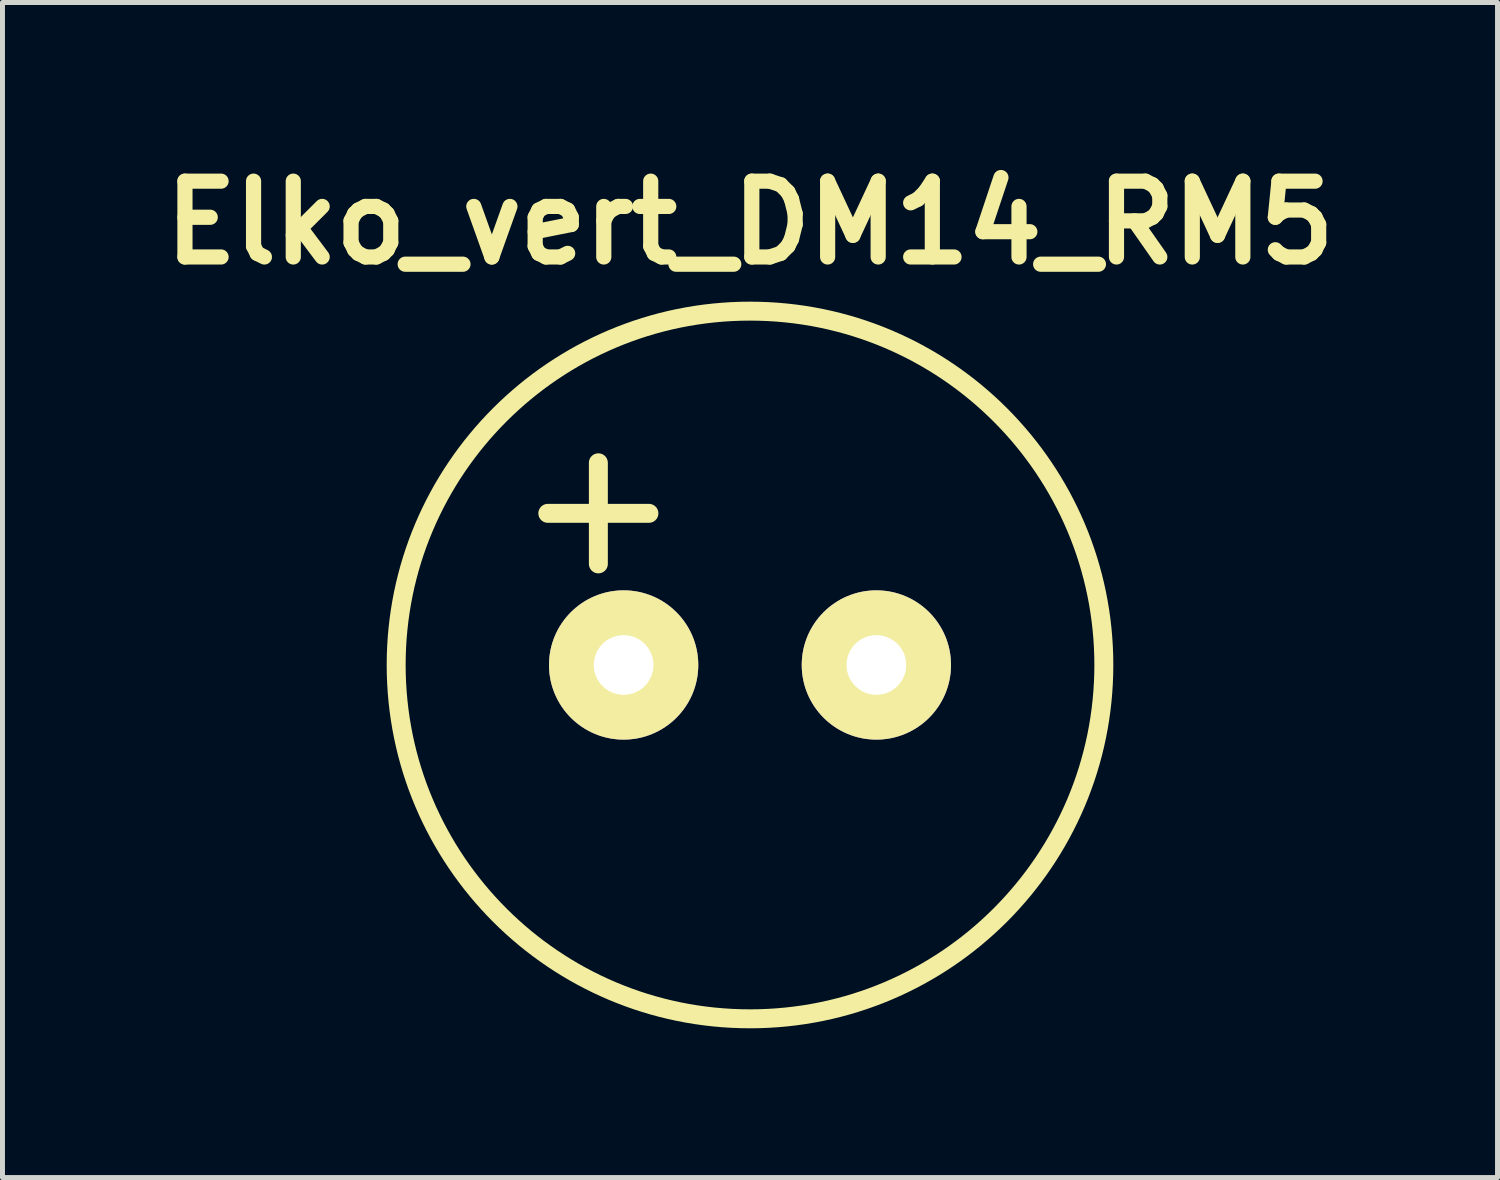
<source format=kicad_pcb>
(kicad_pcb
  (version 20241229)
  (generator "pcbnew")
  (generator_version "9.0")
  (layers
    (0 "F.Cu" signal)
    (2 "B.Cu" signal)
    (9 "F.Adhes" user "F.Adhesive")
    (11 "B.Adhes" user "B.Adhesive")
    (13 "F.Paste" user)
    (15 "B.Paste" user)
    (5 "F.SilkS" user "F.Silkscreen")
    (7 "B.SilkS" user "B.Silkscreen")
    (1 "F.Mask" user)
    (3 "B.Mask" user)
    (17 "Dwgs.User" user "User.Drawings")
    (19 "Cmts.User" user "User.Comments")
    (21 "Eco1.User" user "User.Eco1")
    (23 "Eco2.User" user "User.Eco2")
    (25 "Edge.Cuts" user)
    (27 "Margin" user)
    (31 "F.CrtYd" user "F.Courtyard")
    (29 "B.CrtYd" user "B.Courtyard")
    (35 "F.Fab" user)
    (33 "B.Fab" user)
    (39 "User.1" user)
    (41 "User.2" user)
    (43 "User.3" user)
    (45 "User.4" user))
  (footprint "Elko_vert_DM14_RM5"
    (placed yes)
    (layer "F.Cu")
    (at 12.025 10.316)
    (property "Reference" "Elko_vert_DM14_RM5" (at 0 -8.89 0) (layer "F.SilkS") (effects (font (size 1.524 1.524) (thickness 0.305))))
    (attr through_hole)
    (fp_line (start -4.064 -3.048) (end -2.032 -3.048) (stroke (width 0.381) (type solid)) (layer "F.SilkS"))
    (fp_line (start -3.048 -2.032) (end -3.048 -4.064) (stroke (width 0.381) (type solid)) (layer "F.SilkS"))
    (fp_circle (center 0 0) (end 7.112 0) (stroke (width 0.381) (type solid)) (fill no) (layer "F.SilkS"))
    (pad "1" thru_hole circle (at -2.54 0) (size 3 3) (drill 1.199) (layers "*.Cu" "*.Mask" "F.SilkS"))
    (pad "2" thru_hole circle (at 2.54 0) (size 3 3) (drill 1.199) (layers "*.Cu" "*.Mask" "F.SilkS")))
  (gr_rect
    (start -3 -3)
    (end 27.05 20.619)
    (stroke (width 0.1) (type default))
    (fill no)
    (layer "Edge.Cuts")))
</source>
